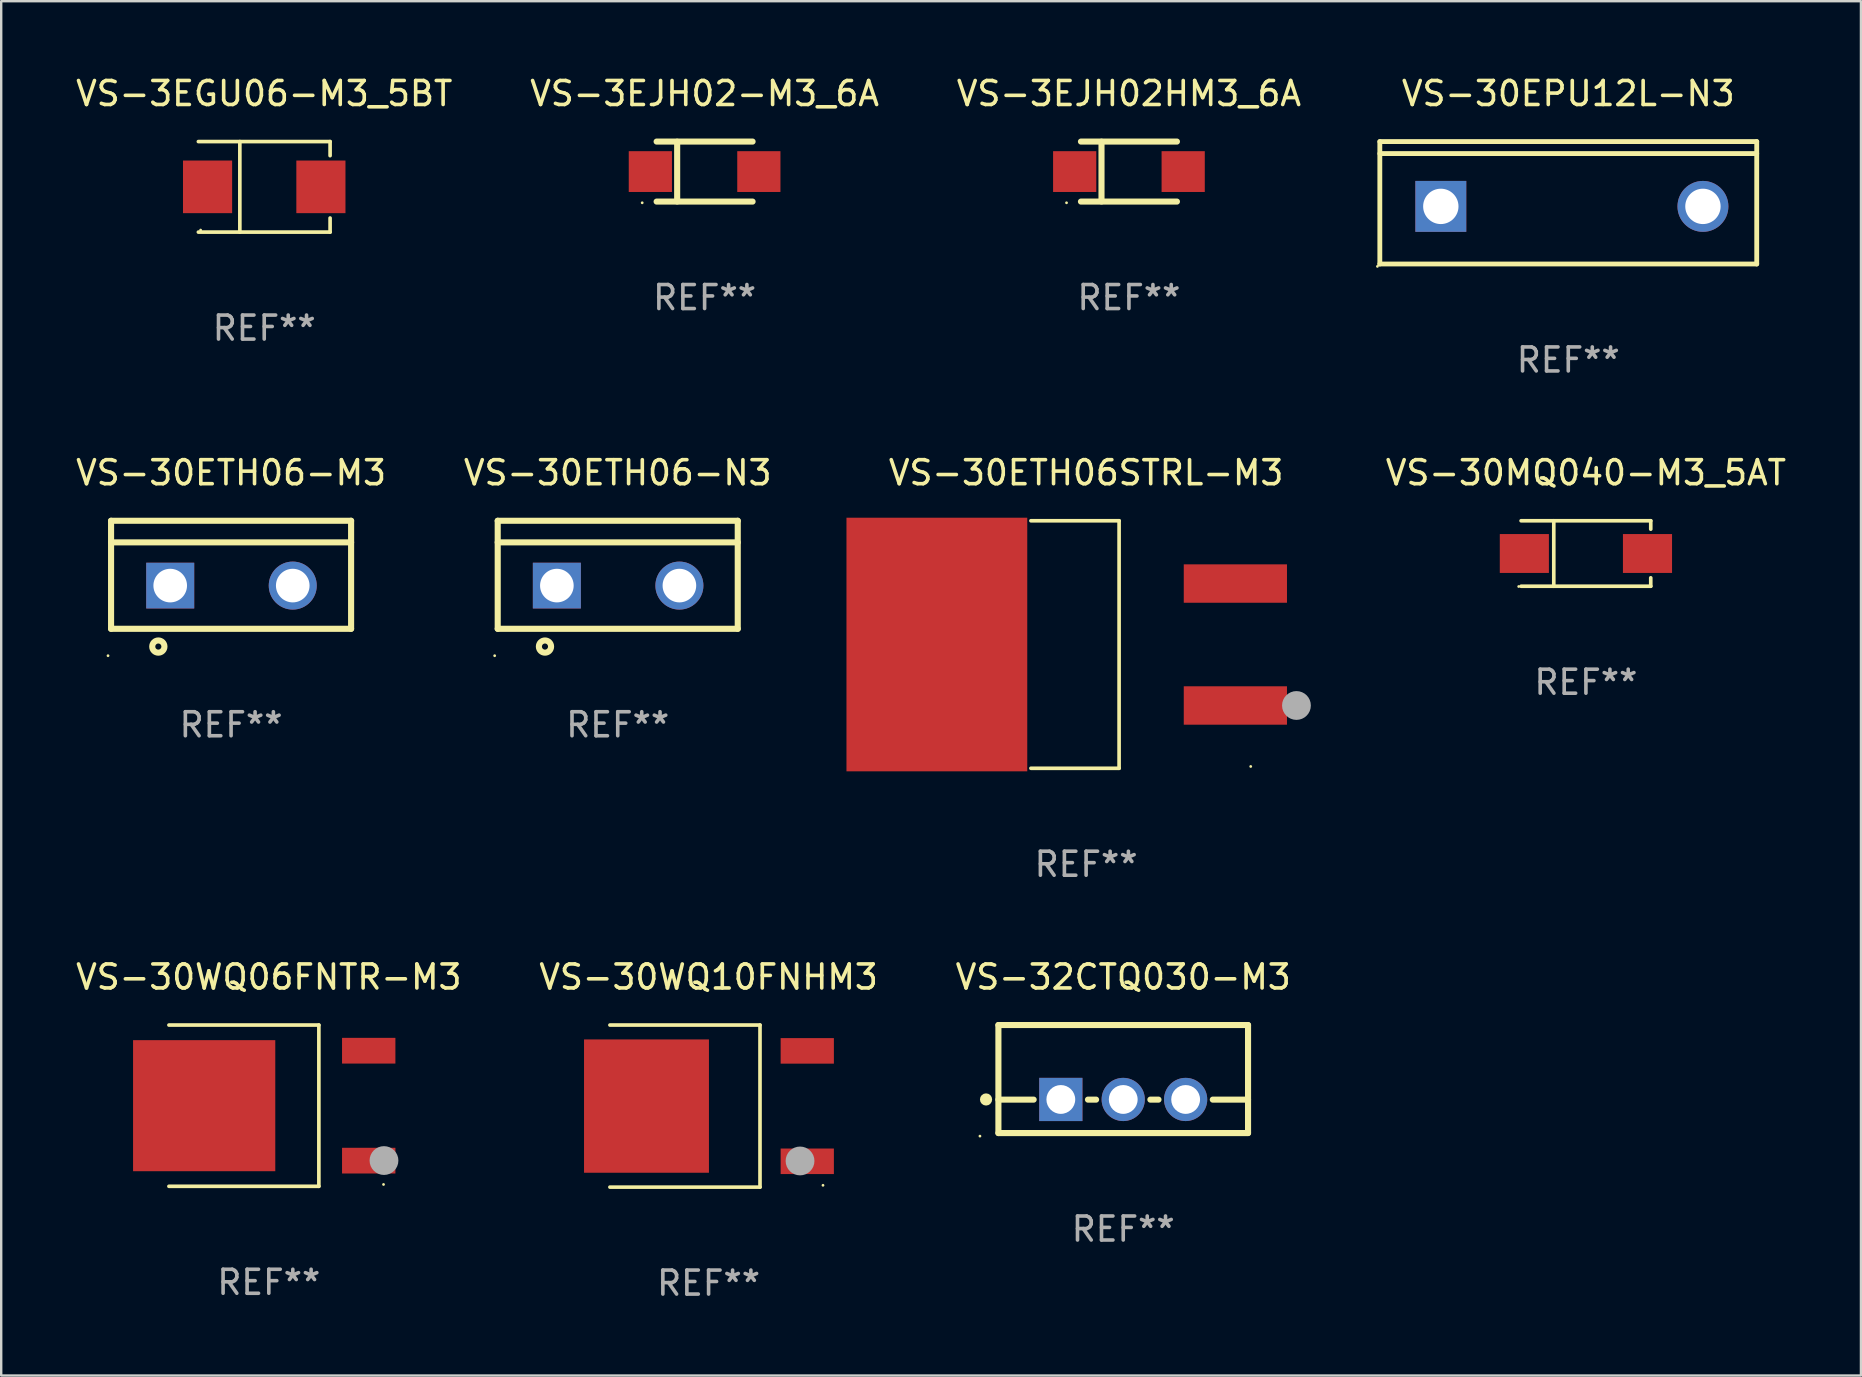
<source format=kicad_pcb>
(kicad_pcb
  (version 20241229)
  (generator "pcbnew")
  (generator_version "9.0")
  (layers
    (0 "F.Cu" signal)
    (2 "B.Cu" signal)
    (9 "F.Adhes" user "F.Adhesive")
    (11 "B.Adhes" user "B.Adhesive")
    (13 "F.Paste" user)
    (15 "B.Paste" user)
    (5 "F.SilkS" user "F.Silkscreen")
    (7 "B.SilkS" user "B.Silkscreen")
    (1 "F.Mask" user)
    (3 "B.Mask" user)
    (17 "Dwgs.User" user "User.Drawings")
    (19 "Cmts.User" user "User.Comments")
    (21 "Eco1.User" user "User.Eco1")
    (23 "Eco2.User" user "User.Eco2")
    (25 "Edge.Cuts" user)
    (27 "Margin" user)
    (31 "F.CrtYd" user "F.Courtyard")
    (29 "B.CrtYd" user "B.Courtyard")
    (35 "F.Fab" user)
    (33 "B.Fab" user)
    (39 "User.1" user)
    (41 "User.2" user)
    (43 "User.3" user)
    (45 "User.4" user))
  (footprint "VS-32CTQ030-M3"
    (layer "F.Cu")
    (at 43.744 41.904)
    (property "Reference" "VS-32CTQ030-M3" (at 0 -4.25 0) (layer "F.SilkS") (effects (font (size 1 1) (thickness 0.15))))
    (attr through_hole)
    (fp_line (start -5.2 -2.25) (end -5.2 2.25) (stroke (width 0.254) (type solid)) (layer "F.SilkS"))
    (fp_line (start -5.2 -2.25) (end 5.2 -2.25) (stroke (width 0.254) (type solid)) (layer "F.SilkS"))
    (fp_line (start -5.2 0.857) (end -3.731 0.857) (stroke (width 0.254) (type solid)) (layer "F.SilkS"))
    (fp_line (start -5.2 2.25) (end 5.2 2.25) (stroke (width 0.254) (type solid)) (layer "F.SilkS"))
    (fp_line (start -1.469 0.857) (end -1.131 0.857) (stroke (width 0.254) (type solid)) (layer "F.SilkS"))
    (fp_line (start 1.131 0.857) (end 1.469 0.857) (stroke (width 0.254) (type solid)) (layer "F.SilkS"))
    (fp_line (start 3.731 0.857) (end 5.2 0.857) (stroke (width 0.254) (type solid)) (layer "F.SilkS"))
    (fp_line (start 5.2 -2.25) (end 5.2 2.25) (stroke (width 0.254) (type solid)) (layer "F.SilkS"))
    (fp_circle (center -5.969 2.377) (end -5.939 2.377) (stroke (width 0.06) (type solid)) (fill no) (layer "F.SilkS"))
    (fp_circle (center -5.715 0.85) (end -5.588 0.85) (stroke (width 0.254) (type solid)) (fill no) (layer "F.SilkS"))
    (fp_text user "REF**" (at 0 6.25 0) (layer "F.Fab") (effects (font (size 1 1) (thickness 0.15))))
    (pad "1" thru_hole rect (at -2.6 0.85) (size 1.8 1.8) (drill 1.2) (layers "*.Cu" "*.Mask"))
    (pad "2" thru_hole circle (at 0 0.85) (size 1.8 1.8) (drill 1.2) (layers "*.Cu" "*.Mask"))
    (pad "3" thru_hole circle (at 2.6 0.85) (size 1.8 1.8) (drill 1.2) (layers "*.Cu" "*.Mask")))
  (footprint "VS-30MQ040-M3_5AT"
    (layer "F.Cu")
    (at 63.02 20.009)
    (property "Reference" "VS-30MQ040-M3_5AT" (at 0 -3.364 0) (layer "F.SilkS") (effects (font (size 1 1) (thickness 0.15))))
    (attr through_hole)
    (fp_line (start -2.701 -1.364) (end 2.701 -1.364) (stroke (width 0.152) (type solid)) (layer "F.SilkS"))
    (fp_line (start -2.701 1.364) (end 2.701 1.364) (stroke (width 0.152) (type solid)) (layer "F.SilkS"))
    (fp_line (start -1.339 -1.364) (end -1.339 1.364) (stroke (width 0.152) (type solid)) (layer "F.SilkS"))
    (fp_line (start 2.701 -1.364) (end 2.701 -1.013) (stroke (width 0.152) (type solid)) (layer "F.SilkS"))
    (fp_line (start 2.701 1.364) (end 2.701 1.013) (stroke (width 0.152) (type solid)) (layer "F.SilkS"))
    (fp_circle (center -2.8 1.375) (end -2.77 1.375) (stroke (width 0.06) (type solid)) (fill no) (layer "F.SilkS"))
    (fp_text user "REF**" (at 0 5.364 0) (layer "F.Fab") (effects (font (size 1 1) (thickness 0.15))))
    (pad "1" smd rect (at -2.565 -0.000025) (size 2.046 1.62) (layers "F.Cu" "F.Mask" "F.Paste"))
    (pad "2" smd rect (at 2.565 -0.000025) (size 2.046 1.62) (layers "F.Cu" "F.Mask" "F.Paste")))
  (footprint "VS-30ETH06-M3"
    (layer "F.Cu")
    (at 6.577 20.896)
    (property "Reference" "VS-30ETH06-M3" (at 0 -4.25 0) (layer "F.SilkS") (effects (font (size 1 1) (thickness 0.15))))
    (attr through_hole)
    (fp_line (start -5 -2.25) (end 5 -2.25) (stroke (width 0.254) (type solid)) (layer "F.SilkS"))
    (fp_line (start -5 -1.351) (end 5 -1.351) (stroke (width 0.254) (type solid)) (layer "F.SilkS"))
    (fp_line (start -5 2.25) (end -5 -2.25) (stroke (width 0.254) (type solid)) (layer "F.SilkS"))
    (fp_line (start -5 2.25) (end 5 2.25) (stroke (width 0.254) (type solid)) (layer "F.SilkS"))
    (fp_line (start 5 2.25) (end 5 -2.25) (stroke (width 0.254) (type solid)) (layer "F.SilkS"))
    (fp_circle (center -5.127 3.371) (end -5.097 3.371) (stroke (width 0.06) (type solid)) (fill no) (layer "F.SilkS"))
    (fp_circle (center -3.031 2.99) (end -2.777 2.99) (stroke (width 0.254) (type solid)) (fill no) (layer "F.SilkS"))
    (fp_text user "REF**" (at 0 6.25 0) (layer "F.Fab") (effects (font (size 1 1) (thickness 0.15))))
    (pad "1" thru_hole rect (at -2.536 0.45 90) (size 1.905 2) (drill 1.4) (layers "*.Cu" "*.Mask"))
    (pad "3" thru_hole circle (at 2.569 0.45) (size 2 2) (drill 1.4) (layers "*.Cu" "*.Mask")))
  (footprint "VS-30WQ06FNTR-M3"
    (layer "F.Cu")
    (at 8.149 43.013)
    (property "Reference" "VS-30WQ06FNTR-M3" (at 0 -5.359 0) (layer "F.SilkS") (effects (font (size 1 1) (thickness 0.15))))
    (attr through_hole)
    (fp_line (start -4.162 -3.359) (end 2.085 -3.359) (stroke (width 0.152) (type solid)) (layer "F.SilkS"))
    (fp_line (start -4.162 3.359) (end 2.085 3.359) (stroke (width 0.152) (type solid)) (layer "F.SilkS"))
    (fp_line (start 2.085 3.359) (end 2.085 -3.359) (stroke (width 0.152) (type solid)) (layer "F.SilkS"))
    (fp_circle (center 4.779 3.282) (end 4.809 3.282) (stroke (width 0.06) (type solid)) (fill no) (layer "F.SilkS"))
    (fp_circle (center 4.798 2.286) (end 5.098 2.286) (stroke (width 0.6) (type solid)) (fill no) (layer "F.Fab"))
    (fp_text user "REF**" (at 0 7.359 0) (layer "F.Fab") (effects (font (size 1 1) (thickness 0.15))))
    (pad "1" smd rect (at 4.162 2.29) (size 2.223 1.071) (layers "F.Cu" "F.Mask" "F.Paste"))
    (pad "2" smd rect (at -2.693 0) (size 5.925 5.46) (layers "F.Cu" "F.Mask" "F.Paste"))
    (pad "3" smd rect (at 4.162 -2.29) (size 2.223 1.071) (layers "F.Cu" "F.Mask" "F.Paste")))
  (footprint "VS-30EPU12L-N3"
    (layer "F.Cu")
    (at 62.285 5.398)
    (property "Reference" "VS-30EPU12L-N3" (at 0 -4.55 0) (layer "F.SilkS") (effects (font (size 1 1) (thickness 0.15))))
    (attr through_hole)
    (fp_line (start -7.851 -2.55) (end 7.851 -2.55) (stroke (width 0.201) (type solid)) (layer "F.SilkS"))
    (fp_line (start -7.851 -2.05) (end 7.851 -2.05) (stroke (width 0.201) (type solid)) (layer "F.SilkS"))
    (fp_line (start -7.851 2.55) (end -7.851 -2.55) (stroke (width 0.201) (type solid)) (layer "F.SilkS"))
    (fp_line (start 7.851 -2.55) (end 7.851 2.55) (stroke (width 0.201) (type solid)) (layer "F.SilkS"))
    (fp_line (start 7.851 2.55) (end -7.851 2.55) (stroke (width 0.201) (type solid)) (layer "F.SilkS"))
    (fp_circle (center -7.951 2.65) (end -7.921 2.65) (stroke (width 0.06) (type solid)) (fill no) (layer "F.SilkS"))
    (fp_text user "REF**" (at 0 6.55 0) (layer "F.Fab") (effects (font (size 1 1) (thickness 0.15))))
    (pad "1" thru_hole rect (at -5.31 0.15) (size 2.121 2.121) (drill 1.473) (layers "*.Cu" "*.Mask"))
    (pad "3" thru_hole circle (at 5.61 0.15) (size 2.121 2.121) (drill 1.473) (layers "*.Cu" "*.Mask")))
  (footprint "VS-30ETH06STRL-M3"
    (layer "F.Cu")
    (at 42.198 23.801)
    (property "Reference" "VS-30ETH06STRL-M3" (at 0 -7.156 0) (layer "F.SilkS") (effects (font (size 1 1) (thickness 0.15))))
    (attr through_hole)
    (fp_line (start -2.3 -5.156) (end 1.374 -5.156) (stroke (width 0.152) (type solid)) (layer "F.SilkS"))
    (fp_line (start -2.3 5.156) (end 1.374 5.156) (stroke (width 0.152) (type solid)) (layer "F.SilkS"))
    (fp_line (start 1.374 5.156) (end 1.374 -5.156) (stroke (width 0.152) (type solid)) (layer "F.SilkS"))
    (fp_circle (center 6.858 5.08) (end 6.888 5.08) (stroke (width 0.06) (type solid)) (fill no) (layer "F.SilkS"))
    (fp_circle (center 8.763 2.54) (end 9.063 2.54) (stroke (width 0.6) (type solid)) (fill no) (layer "F.Fab"))
    (fp_text user "REF**" (at 0 9.156 0) (layer "F.Fab") (effects (font (size 1 1) (thickness 0.15))))
    (pad "1" smd rect (at 6.218 2.54 180) (size 4.3 1.6) (layers "F.Cu" "F.Mask" "F.Paste"))
    (pad "2" smd rect (at -6.218 0 180) (size 7.532 10.566) (layers "F.Cu" "F.Mask" "F.Paste"))
    (pad "3" smd rect (at 6.218 -2.54 180) (size 4.3 1.6) (layers "F.Cu" "F.Mask" "F.Paste")))
  (footprint "VS-30ETH06-N3"
    (layer "F.Cu")
    (at 22.685 20.896)
    (property "Reference" "VS-30ETH06-N3" (at 0 -4.25 0) (layer "F.SilkS") (effects (font (size 1 1) (thickness 0.15))))
    (attr through_hole)
    (fp_line (start -5 -2.25) (end 5 -2.25) (stroke (width 0.254) (type solid)) (layer "F.SilkS"))
    (fp_line (start -5 -1.351) (end 5 -1.351) (stroke (width 0.254) (type solid)) (layer "F.SilkS"))
    (fp_line (start -5 2.25) (end -5 -2.25) (stroke (width 0.254) (type solid)) (layer "F.SilkS"))
    (fp_line (start -5 2.25) (end 5 2.25) (stroke (width 0.254) (type solid)) (layer "F.SilkS"))
    (fp_line (start 5 2.25) (end 5 -2.25) (stroke (width 0.254) (type solid)) (layer "F.SilkS"))
    (fp_circle (center -5.127 3.371) (end -5.097 3.371) (stroke (width 0.06) (type solid)) (fill no) (layer "F.SilkS"))
    (fp_circle (center -3.031 2.99) (end -2.777 2.99) (stroke (width 0.254) (type solid)) (fill no) (layer "F.SilkS"))
    (fp_text user "REF**" (at 0 6.25 0) (layer "F.Fab") (effects (font (size 1 1) (thickness 0.15))))
    (pad "1" thru_hole rect (at -2.536 0.45 90) (size 1.905 2) (drill 1.4) (layers "*.Cu" "*.Mask"))
    (pad "3" thru_hole circle (at 2.569 0.45) (size 2 2) (drill 1.4) (layers "*.Cu" "*.Mask")))
  (footprint "VS-3EGU06-M3_5BT"
    (layer "F.Cu")
    (at 7.958 4.734)
    (property "Reference" "VS-3EGU06-M3_5BT" (at 0 -3.886 0) (layer "F.SilkS") (effects (font (size 1 1) (thickness 0.15))))
    (attr through_hole)
    (fp_line (start -2.744 -1.886) (end 2.744 -1.886) (stroke (width 0.152) (type solid)) (layer "F.SilkS"))
    (fp_line (start -2.744 1.886) (end 2.744 1.886) (stroke (width 0.152) (type solid)) (layer "F.SilkS"))
    (fp_line (start -1.016 -1.886) (end -1.016 1.886) (stroke (width 0.152) (type solid)) (layer "F.SilkS"))
    (fp_line (start 2.744 -1.886) (end 2.744 -1.299) (stroke (width 0.152) (type solid)) (layer "F.SilkS"))
    (fp_line (start 2.744 1.886) (end 2.744 1.299) (stroke (width 0.152) (type solid)) (layer "F.SilkS"))
    (fp_circle (center -2.65 1.8) (end -2.62 1.8) (stroke (width 0.06) (type solid)) (fill no) (layer "F.SilkS"))
    (fp_text user "REF**" (at 0 5.886 0) (layer "F.Fab") (effects (font (size 1 1) (thickness 0.15))))
    (pad "1" smd rect (at -2.361 0) (size 2.047 2.192) (layers "F.Cu" "F.Mask" "F.Paste"))
    (pad "2" smd rect (at 2.361 0) (size 2.047 2.192) (layers "F.Cu" "F.Mask" "F.Paste")))
  (footprint "VS-30WQ10FNHM3"
    (layer "F.Cu")
    (at 26.47 43.03)
    (property "Reference" "VS-30WQ10FNHM3" (at 0 -5.376 0) (layer "F.SilkS") (effects (font (size 1 1) (thickness 0.15))))
    (attr through_hole)
    (fp_line (start -4.111 -3.376) (end 2.142 -3.376) (stroke (width 0.152) (type solid)) (layer "F.SilkS"))
    (fp_line (start -4.111 3.376) (end 2.142 3.376) (stroke (width 0.152) (type solid)) (layer "F.SilkS"))
    (fp_line (start 2.142 3.376) (end 2.142 -3.376) (stroke (width 0.152) (type solid)) (layer "F.SilkS"))
    (fp_circle (center 4.766 3.3) (end 4.796 3.3) (stroke (width 0.06) (type solid)) (fill no) (layer "F.SilkS"))
    (fp_circle (center 3.81 2.286) (end 4.11 2.286) (stroke (width 0.6) (type solid)) (fill no) (layer "F.Fab"))
    (fp_text user "REF**" (at 0 7.376 0) (layer "F.Fab") (effects (font (size 1 1) (thickness 0.15))))
    (pad "1" smd rect (at 4.111 2.3) (size 2.218 1.064) (layers "F.Cu" "F.Mask" "F.Paste"))
    (pad "2" smd rect (at -2.587 0) (size 5.204 5.554) (layers "F.Cu" "F.Mask" "F.Paste"))
    (pad "3" smd rect (at 4.111 -2.3) (size 2.218 1.064) (layers "F.Cu" "F.Mask" "F.Paste")))
  (footprint "VS-3EJH02HM3_6A"
    (layer "F.Cu")
    (at 43.982 4.098)
    (property "Reference" "VS-3EJH02HM3_6A" (at 0 -3.25 0) (layer "F.SilkS") (effects (font (size 1 1) (thickness 0.15))))
    (attr through_hole)
    (fp_line (start -1.999 -1.25) (end 1.999 -1.25) (stroke (width 0.254) (type solid)) (layer "F.SilkS"))
    (fp_line (start -1.143 -1.245) (end -1.143 1.245) (stroke (width 0.254) (type solid)) (layer "F.SilkS"))
    (fp_line (start 1.999 1.25) (end -1.999 1.25) (stroke (width 0.254) (type solid)) (layer "F.SilkS"))
    (fp_circle (center -2.6 1.3) (end -2.57 1.3) (stroke (width 0.06) (type solid)) (fill no) (layer "F.SilkS"))
    (fp_text user "REF**" (at 0 5.25 0) (layer "F.Fab") (effects (font (size 1 1) (thickness 0.15))))
    (pad "1" smd rect (at -2.26 0) (size 1.8 1.7) (layers "F.Cu" "F.Mask" "F.Paste"))
    (pad "2" smd rect (at 2.26 0) (size 1.8 1.7) (layers "F.Cu" "F.Mask" "F.Paste")))
  (footprint "VS-3EJH02-M3_6A"
    (layer "F.Cu")
    (at 26.304 4.098)
    (property "Reference" "VS-3EJH02-M3_6A" (at 0 -3.25 0) (layer "F.SilkS") (effects (font (size 1 1) (thickness 0.15))))
    (attr through_hole)
    (fp_line (start -1.999 -1.25) (end 1.999 -1.25) (stroke (width 0.254) (type solid)) (layer "F.SilkS"))
    (fp_line (start -1.143 -1.245) (end -1.143 1.245) (stroke (width 0.254) (type solid)) (layer "F.SilkS"))
    (fp_line (start 1.999 1.25) (end -1.999 1.25) (stroke (width 0.254) (type solid)) (layer "F.SilkS"))
    (fp_circle (center -2.6 1.3) (end -2.57 1.3) (stroke (width 0.06) (type solid)) (fill no) (layer "F.SilkS"))
    (fp_text user "REF**" (at 0 5.25 0) (layer "F.Fab") (effects (font (size 1 1) (thickness 0.15))))
    (pad "1" smd rect (at -2.26 0) (size 1.8 1.7) (layers "F.Cu" "F.Mask" "F.Paste"))
    (pad "2" smd rect (at 2.26 0) (size 1.8 1.7) (layers "F.Cu" "F.Mask" "F.Paste")))
  (gr_rect
    (start -3 -3)
    (end 74.478 54.255)
    (stroke (width 0.1) (type default))
    (fill no)
    (layer "Edge.Cuts")))
</source>
